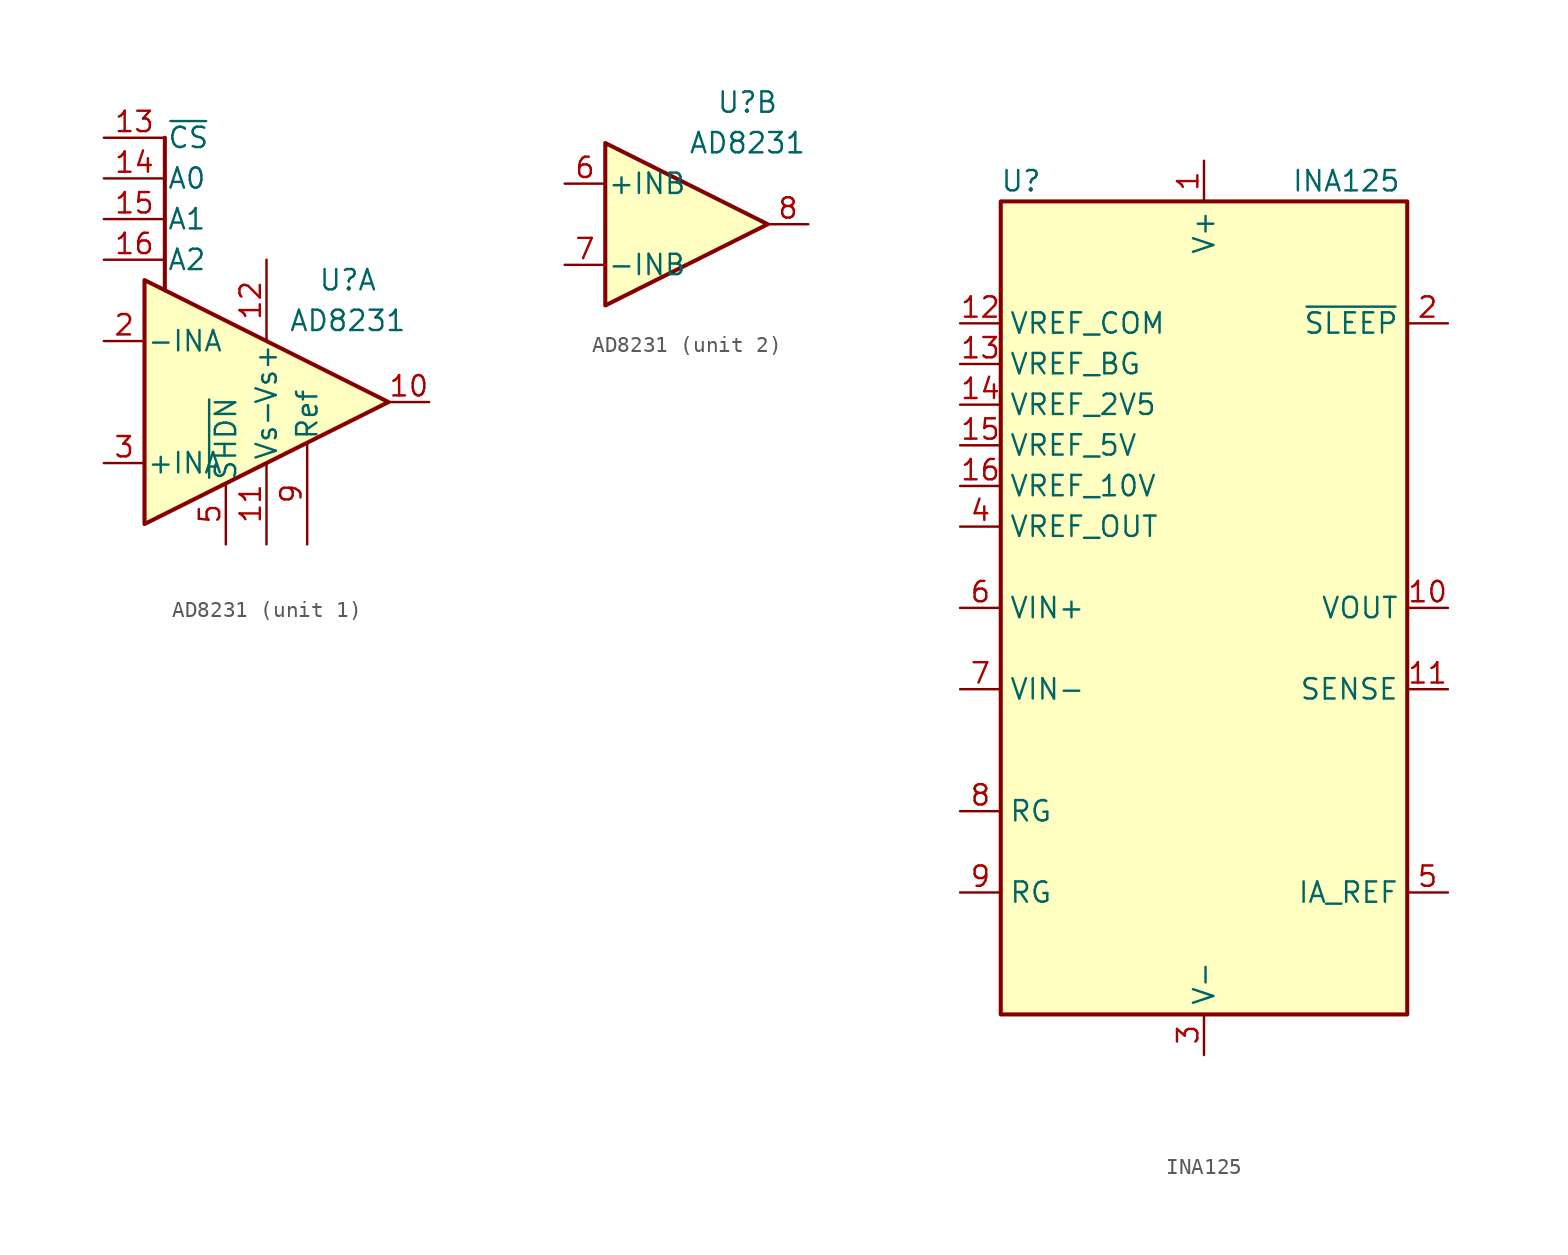
<source format=kicad_sym>
(kicad_symbol_lib
  (version 20220914)
  (generator kicad_symbol_editor)
  (symbol "AD8231"
    (pin_names
      (offset 0.127))
    (property "Reference" "U"
      (at 5.08 7.62 0)
      (effects (font (size 1.27 1.27))))
    (property "Value" "AD8231"
      (at 5.08 5.08 0)
      (effects (font (size 1.27 1.27))))
    (property "ki_locked" ""
      (at 0 0 0)
      (effects (font (size 1.27 1.27))))
    (symbol "AD8231_1_1"
      (polyline (pts (xy -6.35 6.985) (xy -6.35 16.51)) (stroke (width 0.254) (type default)) (fill (type none)))
      (polyline (pts (xy -7.62 7.62) (xy -7.62 -7.62) (xy 7.62 0) (xy -7.62 7.62)) (stroke (width 0.254) (type default)) (fill (type background)))
      (pin output line (at 10.16 0 180) (length 2.54) (name "~" (effects (font (size 1.27 1.27)))) (number "10" (effects (font (size 1.27 1.27)))))
      (pin power_in line (at 0 -8.89 90) (length 5.08) (name "Vs-" (effects (font (size 1.27 1.27)))) (number "11" (effects (font (size 1.27 1.27)))))
      (pin power_in line (at 0 8.89 270) (length 5.08) (name "Vs+" (effects (font (size 1.27 1.27)))) (number "12" (effects (font (size 1.27 1.27)))))
      (pin input line (at -10.16 16.51 0) (length 3.81) (name "~{CS}" (effects (font (size 1.27 1.27)))) (number "13" (effects (font (size 1.27 1.27)))))
      (pin input line (at -10.16 13.97 0) (length 3.81) (name "A0" (effects (font (size 1.27 1.27)))) (number "14" (effects (font (size 1.27 1.27)))))
      (pin input line (at -10.16 11.43 0) (length 3.81) (name "A1" (effects (font (size 1.27 1.27)))) (number "15" (effects (font (size 1.27 1.27)))))
      (pin input line (at -10.16 8.89 0) (length 3.81) (name "A2" (effects (font (size 1.27 1.27)))) (number "16" (effects (font (size 1.27 1.27)))))
      (pin input line (at -10.16 3.81 0) (length 2.54) (name "-INA" (effects (font (size 1.27 1.27)))) (number "2" (effects (font (size 1.27 1.27)))))
      (pin input line (at -10.16 -3.81 0) (length 2.54) (name "+INA" (effects (font (size 1.27 1.27)))) (number "3" (effects (font (size 1.27 1.27)))))
      (pin passive line (at -2.54 -8.89 90) (length 3.81) (name "~{SHDN}" (effects (font (size 1.27 1.27)))) (number "5" (effects (font (size 1.27 1.27)))))
      (pin passive line (at 2.54 -8.89 90) (length 6.35) (name "Ref" (effects (font (size 1.27 1.27)))) (number "9" (effects (font (size 1.27 1.27))))))
    (symbol "AD8231_2_1"
      (polyline (pts (xy -3.81 5.08) (xy 6.35 0) (xy -3.81 -5.08) (xy -3.81 5.08)) (stroke (width 0.254) (type default)) (fill (type background)))
      (pin input line (at -6.35 2.54 0) (length 2.54) (name "+INB" (effects (font (size 1.27 1.27)))) (number "6" (effects (font (size 1.27 1.27)))))
      (pin input line (at -6.35 -2.54 0) (length 2.54) (name "-INB" (effects (font (size 1.27 1.27)))) (number "7" (effects (font (size 1.27 1.27)))))
      (pin output line (at 8.89 0 180) (length 2.54) (name "~" (effects (font (size 1.27 1.27)))) (number "8" (effects (font (size 1.27 1.27)))))))
  (symbol "INA125"
    (property "Reference" "U"
      (at -11.43 26.67 0)
      (effects (font (size 1.27 1.27))))
    (property "Value" "INA125"
      (at 8.89 26.67 0)
      (effects (font (size 1.27 1.27))))
    (symbol "INA125_1_1"
      (rectangle (start -12.7 25.4) (end 12.7 -25.4) (stroke (width 0.254) (type default)) (fill (type background)))
      (pin power_in line (at 0 27.94 270) (length 2.54) (name "V+" (effects (font (size 1.27 1.27)))) (number "1" (effects (font (size 1.27 1.27)))))
      (pin output line (at 15.24 0 180) (length 2.54) (name "VOUT" (effects (font (size 1.27 1.27)))) (number "10" (effects (font (size 1.27 1.27)))))
      (pin input line (at 15.24 -5.08 180) (length 2.54) (name "SENSE" (effects (font (size 1.27 1.27)))) (number "11" (effects (font (size 1.27 1.27)))))
      (pin power_in line (at -15.24 17.78 0) (length 2.54) (name "VREF_COM" (effects (font (size 1.27 1.27)))) (number "12" (effects (font (size 1.27 1.27)))))
      (pin power_out line (at -15.24 15.24 0) (length 2.54) (name "VREF_BG" (effects (font (size 1.27 1.27)))) (number "13" (effects (font (size 1.27 1.27)))))
      (pin power_out line (at -15.24 12.7 0) (length 2.54) (name "VREF_2V5" (effects (font (size 1.27 1.27)))) (number "14" (effects (font (size 1.27 1.27)))))
      (pin power_out line (at -15.24 10.16 0) (length 2.54) (name "VREF_5V" (effects (font (size 1.27 1.27)))) (number "15" (effects (font (size 1.27 1.27)))))
      (pin power_out line (at -15.24 7.62 0) (length 2.54) (name "VREF_10V" (effects (font (size 1.27 1.27)))) (number "16" (effects (font (size 1.27 1.27)))))
      (pin passive line (at 15.24 17.78 180) (length 2.54) (name "~{SLEEP}" (effects (font (size 1.27 1.27)))) (number "2" (effects (font (size 1.27 1.27)))))
      (pin power_in line (at 0 -27.94 90) (length 2.54) (name "V-" (effects (font (size 1.27 1.27)))) (number "3" (effects (font (size 1.27 1.27)))))
      (pin power_out line (at -15.24 5.08 0) (length 2.54) (name "VREF_OUT" (effects (font (size 1.27 1.27)))) (number "4" (effects (font (size 1.27 1.27)))))
      (pin power_in line (at 15.24 -17.78 180) (length 2.54) (name "IA_REF" (effects (font (size 1.27 1.27)))) (number "5" (effects (font (size 1.27 1.27)))))
      (pin input line (at -15.24 0 0) (length 2.54) (name "VIN+" (effects (font (size 1.27 1.27)))) (number "6" (effects (font (size 1.27 1.27)))))
      (pin input line (at -15.24 -5.08 0) (length 2.54) (name "VIN-" (effects (font (size 1.27 1.27)))) (number "7" (effects (font (size 1.27 1.27)))))
      (pin passive line (at -15.24 -12.7 0) (length 2.54) (name "RG" (effects (font (size 1.27 1.27)))) (number "8" (effects (font (size 1.27 1.27)))))
      (pin passive line (at -15.24 -17.78 0) (length 2.54) (name "RG" (effects (font (size 1.27 1.27)))) (number "9" (effects (font (size 1.27 1.27))))))))
</source>
